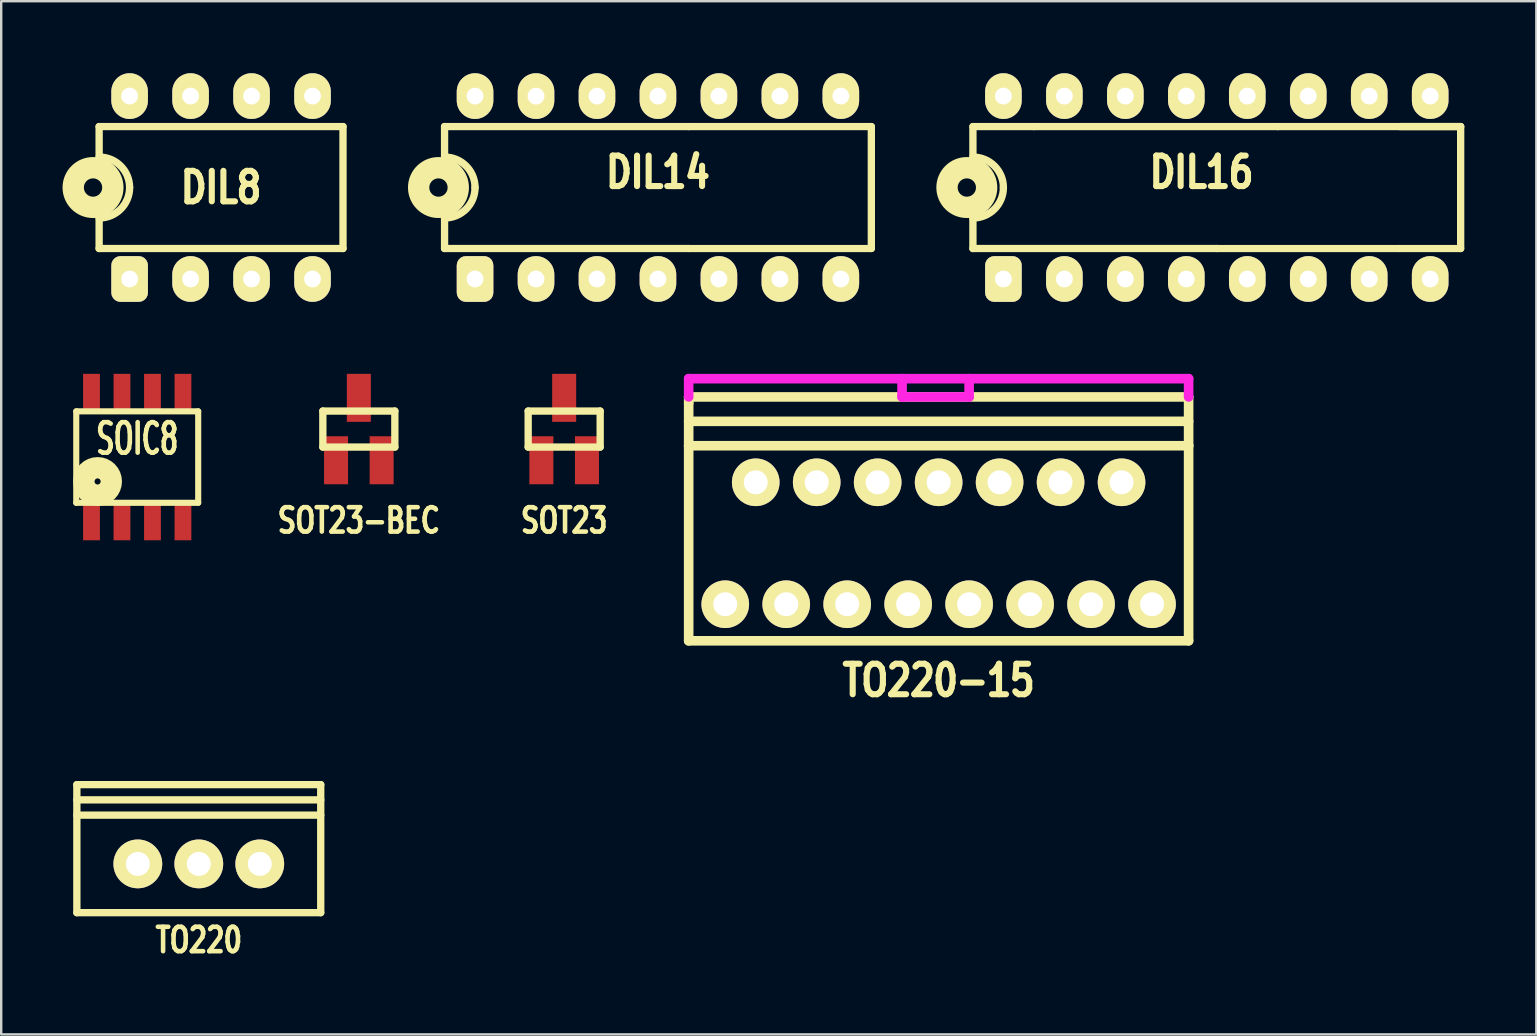
<source format=kicad_pcb>
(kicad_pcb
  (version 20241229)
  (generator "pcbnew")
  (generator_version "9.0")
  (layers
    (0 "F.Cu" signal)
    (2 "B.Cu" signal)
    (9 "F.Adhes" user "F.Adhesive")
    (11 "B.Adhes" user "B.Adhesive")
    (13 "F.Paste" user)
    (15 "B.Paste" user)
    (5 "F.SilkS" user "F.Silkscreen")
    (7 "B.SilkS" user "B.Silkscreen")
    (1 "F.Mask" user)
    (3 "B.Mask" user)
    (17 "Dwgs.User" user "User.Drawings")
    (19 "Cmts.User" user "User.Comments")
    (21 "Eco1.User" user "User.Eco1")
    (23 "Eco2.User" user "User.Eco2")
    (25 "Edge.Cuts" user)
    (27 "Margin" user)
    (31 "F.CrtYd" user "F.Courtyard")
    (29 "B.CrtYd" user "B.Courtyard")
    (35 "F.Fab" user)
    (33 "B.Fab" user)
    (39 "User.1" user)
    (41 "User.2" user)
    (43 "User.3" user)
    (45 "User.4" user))
  (footprint "DIL16"
    (layer "F.Cu")
    (at 47.643 4.763)
    (property "Reference" "DIL16" (at -0.635 -0.635 0) (layer "F.SilkS") (effects (font (size 1.27 1.016) (thickness 0.254))))
    (attr through_hole)
    (fp_line (start -10.16 -2.54) (end -10.16 -1.27) (stroke (width 0.305) (type solid)) (layer "F.SilkS"))
    (fp_line (start -10.16 -2.54) (end -7.62 -2.54) (stroke (width 0.3) (type solid)) (layer "F.SilkS"))
    (fp_line (start -10.16 2.54) (end -10.16 1.27) (stroke (width 0.305) (type solid)) (layer "F.SilkS"))
    (fp_line (start -7.62 -2.54) (end 2.54 -2.54) (stroke (width 0.305) (type solid)) (layer "F.SilkS"))
    (fp_line (start 0 2.54) (end -10.16 2.54) (stroke (width 0.305) (type solid)) (layer "F.SilkS"))
    (fp_line (start 0 2.54) (end 7.62 2.54) (stroke (width 0.3) (type solid)) (layer "F.SilkS"))
    (fp_line (start 2.54 -2.54) (end 10.16 -2.54) (stroke (width 0.3) (type solid)) (layer "F.SilkS"))
    (fp_line (start 7.62 -2.54) (end 10.16 -2.54) (stroke (width 0.3) (type solid)) (layer "F.SilkS"))
    (fp_line (start 7.62 2.54) (end 10.16 2.54) (stroke (width 0.3) (type solid)) (layer "F.SilkS"))
    (fp_line (start 10.16 -2.54) (end 10.16 2.54) (stroke (width 0.305) (type solid)) (layer "F.SilkS"))
    (fp_arc (start -10.16 -1.27) (mid -9.261974 -0.898026) (end -8.89 0) (stroke (width 0.3048) (type solid)) (layer "F.SilkS"))
    (fp_arc (start -8.89 0) (mid -9.261974 0.898026) (end -10.16 1.27) (stroke (width 0.3048) (type solid)) (layer "F.SilkS"))
    (fp_circle (center -10.414 0) (end -10.414 0.381) (stroke (width 0.889) (type solid)) (fill no) (layer "F.SilkS"))
    (pad "1" thru_hole roundrect (at -8.89 3.81) (size 1.524 1.905) (drill 0.7) (layers "*.Cu" "*.Mask" "F.SilkS") (roundrect_rratio 0.25))
    (pad "2" thru_hole oval (at -6.35 3.81) (size 1.524 1.905) (drill 0.7) (layers "*.Cu" "*.Mask" "F.SilkS"))
    (pad "3" thru_hole oval (at -3.81 3.81) (size 1.524 1.905) (drill 0.7) (layers "*.Cu" "*.Mask" "F.SilkS"))
    (pad "4" thru_hole oval (at -1.27 3.81) (size 1.524 1.905) (drill 0.7) (layers "*.Cu" "*.Mask" "F.SilkS"))
    (pad "5" thru_hole oval (at 1.27 3.81) (size 1.524 1.905) (drill 0.7) (layers "*.Cu" "*.Mask" "F.SilkS"))
    (pad "6" thru_hole oval (at 3.81 3.81) (size 1.524 1.905) (drill 0.7) (layers "*.Cu" "*.Mask" "F.SilkS"))
    (pad "7" thru_hole oval (at 6.35 3.81) (size 1.524 1.905) (drill 0.7) (layers "*.Cu" "*.Mask" "F.SilkS"))
    (pad "8" thru_hole oval (at 8.89 3.81) (size 1.524 1.905) (drill 0.7) (layers "*.Cu" "*.Mask" "F.SilkS"))
    (pad "9" thru_hole oval (at 8.89 -3.81) (size 1.524 1.905) (drill 0.7) (layers "*.Cu" "*.Mask" "F.SilkS"))
    (pad "10" thru_hole oval (at 6.35 -3.81) (size 1.524 1.905) (drill 0.7) (layers "*.Cu" "*.Mask" "F.SilkS"))
    (pad "11" thru_hole oval (at 3.81 -3.81) (size 1.524 1.905) (drill 0.7) (layers "*.Cu" "*.Mask" "F.SilkS"))
    (pad "12" thru_hole oval (at 1.27 -3.81) (size 1.524 1.905) (drill 0.7) (layers "*.Cu" "*.Mask" "F.SilkS"))
    (pad "13" thru_hole oval (at -1.27 -3.81) (size 1.524 1.905) (drill 0.7) (layers "*.Cu" "*.Mask" "F.SilkS"))
    (pad "14" thru_hole oval (at -3.81 -3.81) (size 1.524 1.905) (drill 0.7) (layers "*.Cu" "*.Mask" "F.SilkS"))
    (pad "15" thru_hole oval (at -6.35 -3.81) (size 1.524 1.905) (drill 0.7) (layers "*.Cu" "*.Mask" "F.SilkS"))
    (pad "16" thru_hole oval (at -8.89 -3.81) (size 1.524 1.905) (drill 0.7) (layers "*.Cu" "*.Mask" "F.SilkS")))
  (footprint "SOT23-BEC"
    (layer "F.Cu")
    (at 11.9 14.825)
    (property "Reference" "SOT23-BEC" (at 0 3.81 0) (layer "F.SilkS") (effects (font (size 1.016 0.762) (thickness 0.191))))
    (attr smd)
    (fp_line (start -1.5 -0.75) (end 1.5 -0.75) (stroke (width 0.305) (type solid)) (layer "F.SilkS"))
    (fp_line (start -1.5 0.75) (end -1.5 -0.75) (stroke (width 0.305) (type solid)) (layer "F.SilkS"))
    (fp_line (start 1.5 -0.75) (end 1.5 0.75) (stroke (width 0.305) (type solid)) (layer "F.SilkS"))
    (fp_line (start 1.5 0.75) (end -1.5 0.75) (stroke (width 0.305) (type solid)) (layer "F.SilkS"))
    (pad "b" smd rect (at -0.95 1.3) (size 1 2) (layers "F.Cu" "F.Mask" "F.Paste"))
    (pad "c" smd rect (at 0 -1.3) (size 1 2) (layers "F.Cu" "F.Mask" "F.Paste"))
    (pad "e" smd rect (at 0.95 1.3) (size 1 2) (layers "F.Cu" "F.Mask" "F.Paste")))
  (footprint "DIL8"
    (layer "F.Cu")
    (at 6.16 4.763)
    (property "Reference" "DIL8" (at 0 0 0) (layer "F.SilkS") (effects (font (size 1.27 1.016) (thickness 0.254))))
    (attr through_hole)
    (fp_line (start -5.08 -2.54) (end -5.08 -1.27) (stroke (width 0.305) (type solid)) (layer "F.SilkS"))
    (fp_line (start -5.08 -2.54) (end 5.08 -2.54) (stroke (width 0.305) (type solid)) (layer "F.SilkS"))
    (fp_line (start -5.08 2.54) (end -5.08 1.27) (stroke (width 0.305) (type solid)) (layer "F.SilkS"))
    (fp_line (start 5.08 -2.54) (end 5.08 2.54) (stroke (width 0.305) (type solid)) (layer "F.SilkS"))
    (fp_line (start 5.08 2.54) (end -5.08 2.54) (stroke (width 0.305) (type solid)) (layer "F.SilkS"))
    (fp_arc (start -5.08 -1.27) (mid -4.181974 -0.898026) (end -3.81 0) (stroke (width 0.3048) (type solid)) (layer "F.SilkS"))
    (fp_arc (start -3.81 0) (mid -4.181974 0.898026) (end -5.08 1.27) (stroke (width 0.3048) (type solid)) (layer "F.SilkS"))
    (fp_circle (center -5.334 0) (end -5.334 0.381) (stroke (width 0.889) (type solid)) (fill no) (layer "F.SilkS"))
    (pad "1" thru_hole roundrect (at -3.81 3.81) (size 1.524 1.905) (drill 0.7) (layers "*.Cu" "*.Mask" "F.SilkS") (roundrect_rratio 0.25))
    (pad "2" thru_hole oval (at -1.27 3.81) (size 1.524 1.905) (drill 0.7) (layers "*.Cu" "*.Mask" "F.SilkS"))
    (pad "3" thru_hole oval (at 1.27 3.81) (size 1.524 1.905) (drill 0.7) (layers "*.Cu" "*.Mask" "F.SilkS"))
    (pad "4" thru_hole oval (at 3.81 3.81) (size 1.524 1.905) (drill 0.7) (layers "*.Cu" "*.Mask" "F.SilkS"))
    (pad "5" thru_hole oval (at 3.81 -3.81) (size 1.524 1.905) (drill 0.7) (layers "*.Cu" "*.Mask" "F.SilkS"))
    (pad "6" thru_hole oval (at 1.27 -3.81) (size 1.524 1.905) (drill 0.7) (layers "*.Cu" "*.Mask" "F.SilkS"))
    (pad "7" thru_hole oval (at -1.27 -3.81) (size 1.524 1.905) (drill 0.7) (layers "*.Cu" "*.Mask" "F.SilkS"))
    (pad "8" thru_hole oval (at -3.81 -3.81) (size 1.524 1.905) (drill 0.7) (layers "*.Cu" "*.Mask" "F.SilkS")))
  (footprint "SOIC8"
    (layer "F.Cu")
    (at 2.667 15.992)
    (property "Reference" "SOIC8" (at 0 -0.762 0) (layer "F.SilkS") (effects (font (size 1.27 0.762) (thickness 0.191))))
    (attr smd)
    (fp_line (start -2.54 -1.905) (end 2.54 -1.905) (stroke (width 0.254) (type solid)) (layer "F.SilkS"))
    (fp_line (start -2.54 1.905) (end -2.54 -1.905) (stroke (width 0.254) (type solid)) (layer "F.SilkS"))
    (fp_line (start 2.54 -1.905) (end 2.54 1.905) (stroke (width 0.254) (type solid)) (layer "F.SilkS"))
    (fp_line (start 2.54 1.905) (end -2.54 1.905) (stroke (width 0.254) (type solid)) (layer "F.SilkS"))
    (fp_circle (center -1.651 1.016) (end -1.651 1.143) (stroke (width 0.889) (type solid)) (fill no) (layer "F.SilkS"))
    (pad "1" smd rect (at -1.905 2.667) (size 0.7 1.6) (layers "F.Cu" "F.Mask" "F.Paste"))
    (pad "2" smd rect (at -0.635 2.667) (size 0.7 1.6) (layers "F.Cu" "F.Mask" "F.Paste"))
    (pad "3" smd rect (at 0.635 2.667) (size 0.7 1.6) (layers "F.Cu" "F.Mask" "F.Paste"))
    (pad "4" smd rect (at 1.905 2.667) (size 0.7 1.6) (layers "F.Cu" "F.Mask" "F.Paste"))
    (pad "5" smd rect (at 1.905 -2.667) (size 0.7 1.6) (layers "F.Cu" "F.Mask" "F.Paste"))
    (pad "6" smd rect (at 0.635 -2.667) (size 0.7 1.6) (layers "F.Cu" "F.Mask" "F.Paste"))
    (pad "7" smd rect (at -0.635 -2.667) (size 0.7 1.6) (layers "F.Cu" "F.Mask" "F.Paste"))
    (pad "8" smd rect (at -1.905 -2.667) (size 0.7 1.6) (layers "F.Cu" "F.Mask" "F.Paste")))
  (footprint "TO220"
    (layer "F.Cu")
    (at 5.232 32.941)
    (property "Reference" "TO220" (at 0 3.175 0) (layer "F.SilkS") (effects (font (size 1.016 0.762) (thickness 0.191))))
    (attr through_hole)
    (fp_line (start -5.08 -3.302) (end -5.08 2.032) (stroke (width 0.305) (type solid)) (layer "F.SilkS"))
    (fp_line (start -5.08 -3.302) (end 5.08 -3.302) (stroke (width 0.305) (type solid)) (layer "F.SilkS"))
    (fp_line (start -5.08 -2.667) (end 5.08 -2.667) (stroke (width 0.305) (type solid)) (layer "F.SilkS"))
    (fp_line (start -5.08 -2.032) (end 5.08 -2.032) (stroke (width 0.305) (type solid)) (layer "F.SilkS"))
    (fp_line (start -5.08 2.032) (end 5.08 2.032) (stroke (width 0.305) (type solid)) (layer "F.SilkS"))
    (fp_line (start 5.08 -3.302) (end 5.08 2.032) (stroke (width 0.305) (type solid)) (layer "F.SilkS"))
    (pad "1" thru_hole circle (at -2.54 0) (size 2.032 2.032) (drill 1) (layers "*.Cu" "*.Mask" "F.SilkS"))
    (pad "2" thru_hole circle (at 0 0) (size 2.032 2.032) (drill 1) (layers "*.Cu" "*.Mask" "F.SilkS"))
    (pad "3" thru_hole circle (at 2.54 0) (size 2.032 2.032) (drill 1) (layers "*.Cu" "*.Mask" "F.SilkS")))
  (footprint "SOT23"
    (layer "F.Cu")
    (at 20.454 14.825)
    (property "Reference" "SOT23" (at 0 3.81 0) (layer "F.SilkS") (effects (font (size 1.016 0.762) (thickness 0.191))))
    (attr smd)
    (fp_line (start -1.5 -0.75) (end 1.5 -0.75) (stroke (width 0.305) (type solid)) (layer "F.SilkS"))
    (fp_line (start -1.5 0.75) (end -1.5 -0.75) (stroke (width 0.305) (type solid)) (layer "F.SilkS"))
    (fp_line (start 1.5 -0.75) (end 1.5 0.75) (stroke (width 0.305) (type solid)) (layer "F.SilkS"))
    (fp_line (start 1.5 0.75) (end -1.5 0.75) (stroke (width 0.305) (type solid)) (layer "F.SilkS"))
    (pad "1" smd rect (at -0.95 1.3) (size 1 2) (layers "F.Cu" "F.Mask" "F.Paste"))
    (pad "2" smd rect (at 0.95 1.3) (size 1 2) (layers "F.Cu" "F.Mask" "F.Paste"))
    (pad "3" smd rect (at 0 -1.3) (size 1 2) (layers "F.Cu" "F.Mask" "F.Paste")))
  (footprint "TO220-15"
    (layer "F.Cu")
    (at 36.055 17.043)
    (property "Reference" "TO220-15" (at 0 8.255 0) (layer "F.SilkS") (effects (font (size 1.27 1.016) (thickness 0.254))))
    (attr through_hole)
    (fp_line (start -10.414 -3.556) (end 10.414 -3.556) (stroke (width 0.4) (type solid)) (layer "F.SilkS"))
    (fp_line (start -10.414 -3.302) (end -10.414 -3.556) (stroke (width 0.4) (type solid)) (layer "F.SilkS"))
    (fp_line (start -10.414 -2.54) (end 10.414 -2.54) (stroke (width 0.4) (type solid)) (layer "F.SilkS"))
    (fp_line (start -10.414 -1.524) (end -10.414 -3.302) (stroke (width 0.4) (type solid)) (layer "F.SilkS"))
    (fp_line (start -10.414 -1.524) (end -10.414 6.604) (stroke (width 0.4) (type solid)) (layer "F.SilkS"))
    (fp_line (start -10.414 -1.524) (end 10.414 -1.524) (stroke (width 0.4) (type solid)) (layer "F.SilkS"))
    (fp_line (start -10.414 6.604) (end 10.414 6.604) (stroke (width 0.4) (type solid)) (layer "F.SilkS"))
    (fp_line (start 10.414 -3.556) (end 10.414 -1.524) (stroke (width 0.4) (type solid)) (layer "F.SilkS"))
    (fp_line (start 10.414 -1.524) (end 10.414 6.604) (stroke (width 0.4) (type solid)) (layer "F.SilkS"))
    (fp_line (start -10.414 -4.318) (end -10.414 -3.556) (stroke (width 0.4) (type solid)) (layer "F.CrtYd"))
    (fp_line (start -10.414 -4.318) (end 10.414 -4.318) (stroke (width 0.4) (type solid)) (layer "F.CrtYd"))
    (fp_line (start -1.524 -4.318) (end -1.524 -3.556) (stroke (width 0.4) (type solid)) (layer "F.CrtYd"))
    (fp_line (start -1.524 -3.556) (end 1.27 -3.556) (stroke (width 0.4) (type solid)) (layer "F.CrtYd"))
    (fp_line (start 1.27 -3.556) (end 1.27 -4.318) (stroke (width 0.4) (type solid)) (layer "F.CrtYd"))
    (fp_line (start 10.414 -4.318) (end 10.414 -3.556) (stroke (width 0.4) (type solid)) (layer "F.CrtYd"))
    (pad "1" thru_hole circle (at -8.89 5.08) (size 1.984 1.984) (drill 1) (layers "*.Cu" "*.Mask" "F.SilkS"))
    (pad "2" thru_hole circle (at -7.62 0) (size 1.984 1.984) (drill 1) (layers "*.Cu" "*.Mask" "F.SilkS"))
    (pad "3" thru_hole circle (at -6.35 5.08) (size 1.984 1.984) (drill 1) (layers "*.Cu" "*.Mask" "F.SilkS"))
    (pad "4" thru_hole circle (at -5.08 0) (size 1.984 1.984) (drill 1) (layers "*.Cu" "*.Mask" "F.SilkS"))
    (pad "5" thru_hole circle (at -3.81 5.08) (size 1.984 1.984) (drill 1) (layers "*.Cu" "*.Mask" "F.SilkS"))
    (pad "6" thru_hole circle (at -2.54 0) (size 1.984 1.984) (drill 1) (layers "*.Cu" "*.Mask" "F.SilkS"))
    (pad "7" thru_hole circle (at -1.27 5.08) (size 1.984 1.984) (drill 1) (layers "*.Cu" "*.Mask" "F.SilkS"))
    (pad "8" thru_hole circle (at 0 0) (size 1.984 1.984) (drill 1) (layers "*.Cu" "*.Mask" "F.SilkS"))
    (pad "9" thru_hole circle (at 1.27 5.08) (size 1.984 1.984) (drill 1) (layers "*.Cu" "*.Mask" "F.SilkS"))
    (pad "10" thru_hole circle (at 2.54 0) (size 1.984 1.984) (drill 1) (layers "*.Cu" "*.Mask" "F.SilkS"))
    (pad "11" thru_hole circle (at 3.81 5.08) (size 1.984 1.984) (drill 1) (layers "*.Cu" "*.Mask" "F.SilkS"))
    (pad "12" thru_hole circle (at 5.08 0) (size 1.984 1.984) (drill 1) (layers "*.Cu" "*.Mask" "F.SilkS"))
    (pad "13" thru_hole circle (at 6.35 5.08) (size 1.984 1.984) (drill 1) (layers "*.Cu" "*.Mask" "F.SilkS"))
    (pad "14" thru_hole circle (at 7.62 0) (size 1.984 1.984) (drill 1) (layers "*.Cu" "*.Mask" "F.SilkS"))
    (pad "15" thru_hole circle (at 8.89 5.08) (size 1.984 1.984) (drill 1) (layers "*.Cu" "*.Mask" "F.SilkS")))
  (footprint "DIL14"
    (layer "F.Cu")
    (at 24.361 4.763)
    (property "Reference" "DIL14" (at 0 -0.635 0) (layer "F.SilkS") (effects (font (size 1.27 1.016) (thickness 0.254))))
    (attr through_hole)
    (fp_line (start -8.89 -2.54) (end -8.89 -1.27) (stroke (width 0.305) (type solid)) (layer "F.SilkS"))
    (fp_line (start -8.89 -2.54) (end 1.27 -2.54) (stroke (width 0.305) (type solid)) (layer "F.SilkS"))
    (fp_line (start -8.89 2.54) (end -8.89 1.27) (stroke (width 0.305) (type solid)) (layer "F.SilkS"))
    (fp_line (start 1.27 -2.54) (end 8.89 -2.54) (stroke (width 0.3) (type solid)) (layer "F.SilkS"))
    (fp_line (start 1.27 2.54) (end -8.89 2.54) (stroke (width 0.305) (type solid)) (layer "F.SilkS"))
    (fp_line (start 1.27 2.54) (end 8.89 2.54) (stroke (width 0.3) (type solid)) (layer "F.SilkS"))
    (fp_line (start 8.89 -2.54) (end 8.89 2.54) (stroke (width 0.305) (type solid)) (layer "F.SilkS"))
    (fp_arc (start -8.89 -1.27) (mid -7.991974 -0.898026) (end -7.62 0) (stroke (width 0.3048) (type solid)) (layer "F.SilkS"))
    (fp_arc (start -7.62 0) (mid -7.991974 0.898026) (end -8.89 1.27) (stroke (width 0.3048) (type solid)) (layer "F.SilkS"))
    (fp_circle (center -9.144 0) (end -9.144 0.381) (stroke (width 0.889) (type solid)) (fill no) (layer "F.SilkS"))
    (pad "1" thru_hole roundrect (at -7.62 3.81) (size 1.524 1.905) (drill 0.7) (layers "*.Cu" "*.Mask" "F.SilkS") (roundrect_rratio 0.25))
    (pad "2" thru_hole oval (at -5.08 3.81) (size 1.524 1.905) (drill 0.7) (layers "*.Cu" "*.Mask" "F.SilkS"))
    (pad "3" thru_hole oval (at -2.54 3.81) (size 1.524 1.905) (drill 0.7) (layers "*.Cu" "*.Mask" "F.SilkS"))
    (pad "4" thru_hole oval (at 0 3.81) (size 1.524 1.905) (drill 0.7) (layers "*.Cu" "*.Mask" "F.SilkS"))
    (pad "5" thru_hole oval (at 2.54 3.81) (size 1.524 1.905) (drill 0.7) (layers "*.Cu" "*.Mask" "F.SilkS"))
    (pad "6" thru_hole oval (at 5.08 3.81) (size 1.524 1.905) (drill 0.7) (layers "*.Cu" "*.Mask" "F.SilkS"))
    (pad "7" thru_hole oval (at 7.62 3.81) (size 1.524 1.905) (drill 0.7) (layers "*.Cu" "*.Mask" "F.SilkS"))
    (pad "8" thru_hole oval (at 7.62 -3.81) (size 1.524 1.905) (drill 0.7) (layers "*.Cu" "*.Mask" "F.SilkS"))
    (pad "9" thru_hole oval (at 5.08 -3.81) (size 1.524 1.905) (drill 0.7) (layers "*.Cu" "*.Mask" "F.SilkS"))
    (pad "10" thru_hole oval (at 2.54 -3.81) (size 1.524 1.905) (drill 0.7) (layers "*.Cu" "*.Mask" "F.SilkS"))
    (pad "11" thru_hole oval (at 0 -3.81) (size 1.524 1.905) (drill 0.7) (layers "*.Cu" "*.Mask" "F.SilkS"))
    (pad "12" thru_hole oval (at -2.54 -3.81) (size 1.524 1.905) (drill 0.7) (layers "*.Cu" "*.Mask" "F.SilkS"))
    (pad "13" thru_hole oval (at -5.08 -3.81) (size 1.524 1.905) (drill 0.7) (layers "*.Cu" "*.Mask" "F.SilkS"))
    (pad "14" thru_hole oval (at -7.62 -3.81) (size 1.524 1.905) (drill 0.7) (layers "*.Cu" "*.Mask" "F.SilkS")))
  (gr_rect
    (start -3 -3)
    (end 60.956 40.045)
    (stroke (width 0.1) (type default))
    (fill no)
    (layer "Edge.Cuts")))
</source>
